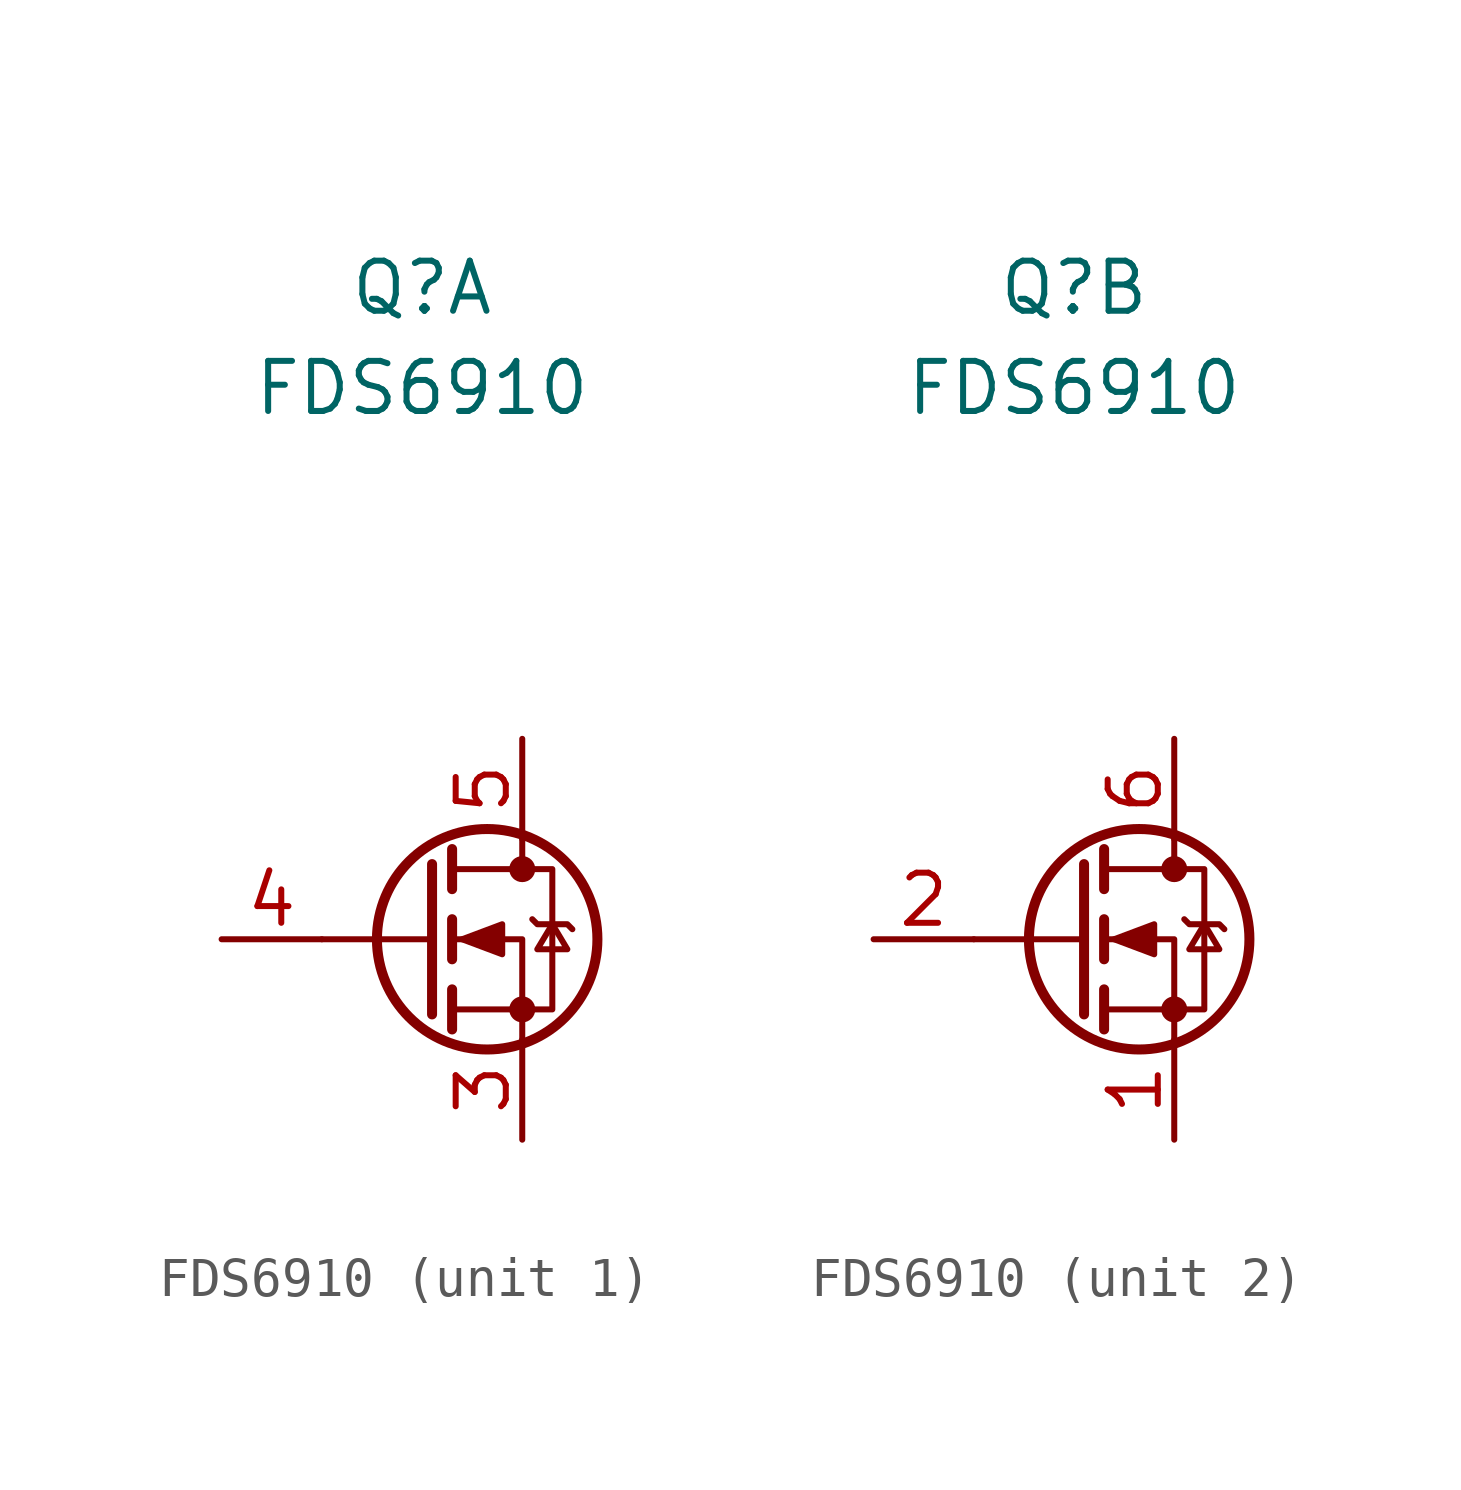
<source format=kicad_sym>
(kicad_symbol_lib
  (version 20211014)
  (generator kicad_symbol_editor)
  (symbol "FDS6910"
    (pin_names
      (offset 0) hide)
    (property "Reference" "Q"
      (at 0 16.51 0)
      (effects (font (size 1.27 1.27))))
    (property "Value" "FDS6910"
      (at 0 13.97 0)
      (effects (font (size 1.27 1.27))))
    (symbol "FDS6910_0_1"
      (polyline (pts (xy 0.254 0) (xy -2.54 0)) (stroke (width 0) (type default) (color 0 0 0 0)) (fill (type none)))
      (polyline (pts (xy 0.254 1.905) (xy 0.254 -1.905)) (stroke (width 0.254) (type default) (color 0 0 0 0)) (fill (type none)))
      (polyline (pts (xy 0.762 -1.27) (xy 0.762 -2.286)) (stroke (width 0.254) (type default) (color 0 0 0 0)) (fill (type none)))
      (polyline (pts (xy 0.762 0.508) (xy 0.762 -0.508)) (stroke (width 0.254) (type default) (color 0 0 0 0)) (fill (type none)))
      (polyline (pts (xy 0.762 2.286) (xy 0.762 1.27)) (stroke (width 0.254) (type default) (color 0 0 0 0)) (fill (type none)))
      (polyline (pts (xy 2.54 2.54) (xy 2.54 1.778)) (stroke (width 0) (type default) (color 0 0 0 0)) (fill (type none)))
      (polyline (pts (xy 2.54 -2.54) (xy 2.54 0) (xy 0.762 0)) (stroke (width 0) (type default) (color 0 0 0 0)) (fill (type none)))
      (polyline (pts (xy 0.762 -1.778) (xy 3.302 -1.778) (xy 3.302 1.778) (xy 0.762 1.778)) (stroke (width 0) (type default) (color 0 0 0 0)) (fill (type none)))
      (polyline (pts (xy 1.016 0) (xy 2.032 0.381) (xy 2.032 -0.381) (xy 1.016 0)) (stroke (width 0) (type default) (color 0 0 0 0)) (fill (type outline)))
      (polyline (pts (xy 2.794 0.508) (xy 2.921 0.381) (xy 3.683 0.381) (xy 3.81 0.254)) (stroke (width 0) (type default) (color 0 0 0 0)) (fill (type none)))
      (polyline (pts (xy 3.302 0.381) (xy 2.921 -0.254) (xy 3.683 -0.254) (xy 3.302 0.381)) (stroke (width 0) (type default) (color 0 0 0 0)) (fill (type none)))
      (circle (center 1.651 0) (radius 2.794) (stroke (width 0.254) (type default) (color 0 0 0 0)) (fill (type none)))
      (circle (center 2.54 -1.778) (radius 0.254) (stroke (width 0) (type default) (color 0 0 0 0)) (fill (type outline)))
      (circle (center 2.54 1.778) (radius 0.254) (stroke (width 0) (type default) (color 0 0 0 0)) (fill (type outline))))
    (symbol "FDS6910_1_1"
      (pin passive line (at 2.54 -5.08 90) (length 2.54) (name "S" (effects (font (size 1.27 1.27)))) (number "3" (effects (font (size 1.27 1.27)))))
      (pin input line (at -5.08 0 0) (length 2.54) (name "G" (effects (font (size 1.27 1.27)))) (number "4" (effects (font (size 1.27 1.27)))))
      (pin passive line (at 2.54 5.08 270) (length 2.54) (name "D" (effects (font (size 1.27 1.27)))) (number "5" (effects (font (size 1.27 1.27))))))
    (symbol "FDS6910_2_1"
      (pin passive line (at 2.54 -5.08 90) (length 2.54) (name "S" (effects (font (size 1.27 1.27)))) (number "1" (effects (font (size 1.27 1.27)))))
      (pin input line (at -5.08 0 0) (length 2.54) (name "G" (effects (font (size 1.27 1.27)))) (number "2" (effects (font (size 1.27 1.27)))))
      (pin passive line (at 2.54 5.08 270) (length 2.54) (name "D" (effects (font (size 1.27 1.27)))) (number "6" (effects (font (size 1.27 1.27))))))))
</source>
